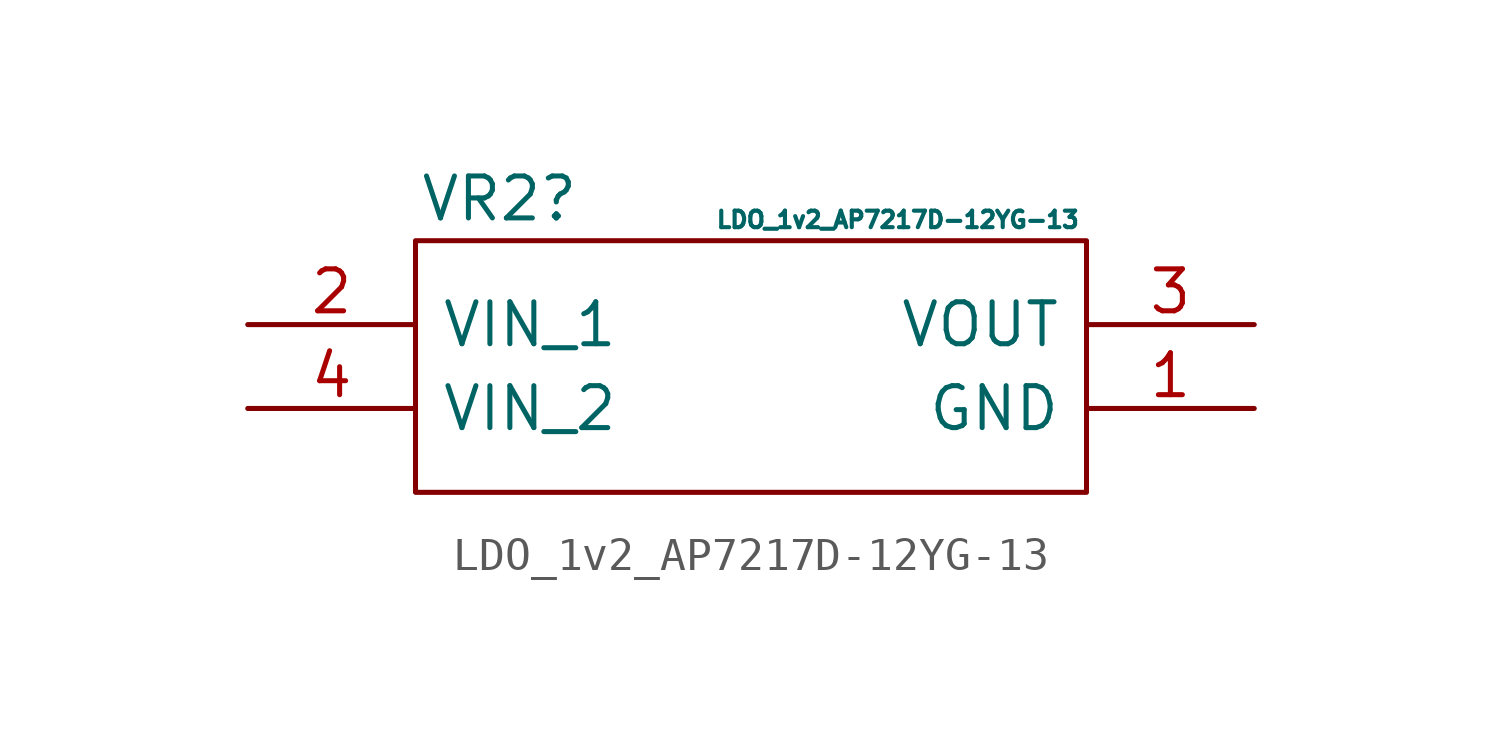
<source format=kicad_sym>
(kicad_symbol_lib
  (version 20220914)
  (generator kicad_symbol_editor)
  (symbol "LDO_1v2_AP7217D-12YG-13"
    (pin_names
      (offset 0.762))
    (property "Reference" "VR2"
      (at 2.54 1.27 0)
      (effects (font (size 1.27 1.27))))
    (property "Value" "LDO_1v2_AP7217D-12YG-13"
      (at 14.605 0.635 0)
      (effects (font (size 0.5 0.5))))
    (symbol "LDO_1v2_AP7217D-12YG-13_0_0"
      (pin passive line (at 25.4 -5.08 180) (length 5.08) (name "GND" (effects (font (size 1.27 1.27)))) (number "1" (effects (font (size 1.27 1.27)))))
      (pin passive line (at -5.08 -2.54 0) (length 5.08) (name "VIN_1" (effects (font (size 1.27 1.27)))) (number "2" (effects (font (size 1.27 1.27)))))
      (pin passive line (at 25.4 -2.54 180) (length 5.08) (name "VOUT" (effects (font (size 1.27 1.27)))) (number "3" (effects (font (size 1.27 1.27)))))
      (pin passive line (at -5.08 -5.08 0) (length 5.08) (name "VIN_2" (effects (font (size 1.27 1.27)))) (number "4" (effects (font (size 1.27 1.27))))))
    (symbol "LDO_1v2_AP7217D-12YG-13_0_1"
      (polyline (pts (xy 0 0) (xy 20.32 0) (xy 20.32 -7.62) (xy 0 -7.62) (xy 0 0)) (stroke (width 0.152) (type default)) (fill (type none))))))
</source>
